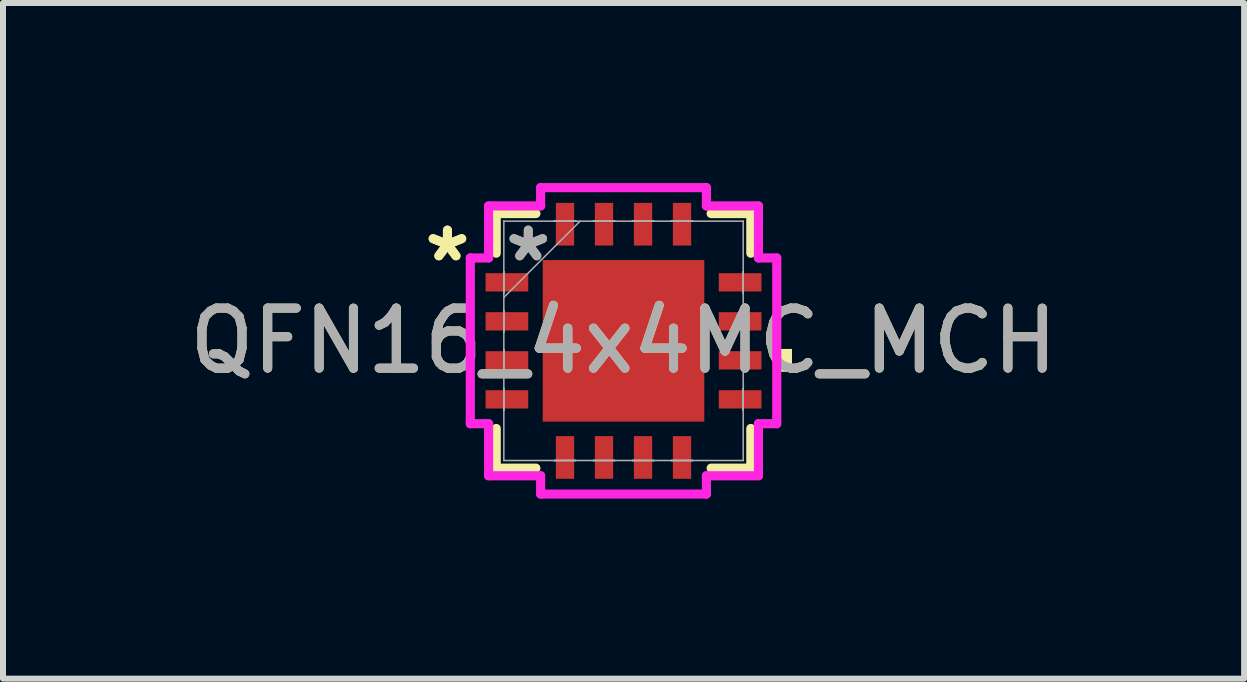
<source format=kicad_pcb>
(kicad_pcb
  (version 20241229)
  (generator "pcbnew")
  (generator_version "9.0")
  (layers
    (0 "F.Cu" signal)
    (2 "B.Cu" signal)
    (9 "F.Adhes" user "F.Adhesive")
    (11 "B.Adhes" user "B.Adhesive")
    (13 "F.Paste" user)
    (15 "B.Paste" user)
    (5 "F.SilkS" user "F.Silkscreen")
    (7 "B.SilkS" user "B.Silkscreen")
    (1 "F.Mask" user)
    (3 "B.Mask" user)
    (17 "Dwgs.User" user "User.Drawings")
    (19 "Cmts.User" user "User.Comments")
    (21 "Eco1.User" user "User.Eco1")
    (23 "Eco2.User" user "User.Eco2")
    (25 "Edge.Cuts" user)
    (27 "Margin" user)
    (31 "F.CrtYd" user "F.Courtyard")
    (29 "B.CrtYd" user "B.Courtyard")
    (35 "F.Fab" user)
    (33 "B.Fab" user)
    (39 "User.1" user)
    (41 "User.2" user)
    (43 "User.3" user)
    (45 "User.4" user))
  (footprint "QFN16_4x4MC_MCH"
    (layer "F.Cu")
    (at 7.339 2.629)
    (property "Reference" "QFN16_4x4MC_MCH" (at 0 0 0) (unlocked yes) (layer "F.SilkS") (effects (font (size 1 1) (thickness 0.15))))
    (attr smd)
    (fp_line (start -2.121 -2.121) (end -2.121 -1.46) (stroke (width 0.152) (type solid)) (layer "F.SilkS"))
    (fp_line (start -2.121 1.46) (end -2.121 2.121) (stroke (width 0.152) (type solid)) (layer "F.SilkS"))
    (fp_line (start -2.121 2.121) (end -1.46 2.121) (stroke (width 0.152) (type solid)) (layer "F.SilkS"))
    (fp_line (start -1.46 -2.121) (end -2.121 -2.121) (stroke (width 0.152) (type solid)) (layer "F.SilkS"))
    (fp_line (start 1.46 2.121) (end 2.121 2.121) (stroke (width 0.152) (type solid)) (layer "F.SilkS"))
    (fp_line (start 2.121 -2.121) (end 1.46 -2.121) (stroke (width 0.152) (type solid)) (layer "F.SilkS"))
    (fp_line (start 2.121 -1.46) (end 2.121 -2.121) (stroke (width 0.152) (type solid)) (layer "F.SilkS"))
    (fp_line (start 2.121 2.121) (end 2.121 1.46) (stroke (width 0.152) (type solid)) (layer "F.SilkS"))
    (fp_poly (pts (xy 2.807 0.135) (xy 2.807 0.516) (xy 2.553 0.516) (xy 2.553 0.135)) (stroke (width 0) (type solid)) (fill yes) (layer "F.SilkS"))
    (fp_poly (pts (xy -1.246 -1.246) (xy -1.246 -0.1) (xy -0.1 -0.1) (xy -0.1 -1.246)) (stroke (width 0) (type solid)) (fill yes) (layer "F.Paste"))
    (fp_poly (pts (xy -1.246 0.1) (xy -1.246 1.246) (xy -0.1 1.246) (xy -0.1 0.1)) (stroke (width 0) (type solid)) (fill yes) (layer "F.Paste"))
    (fp_poly (pts (xy 0.1 -1.246) (xy 0.1 -0.1) (xy 1.246 -0.1) (xy 1.246 -1.246)) (stroke (width 0) (type solid)) (fill yes) (layer "F.Paste"))
    (fp_poly (pts (xy 0.1 0.1) (xy 0.1 1.246) (xy 1.246 1.246) (xy 1.246 0.1)) (stroke (width 0) (type solid)) (fill yes) (layer "F.Paste"))
    (fp_line (start -2.553 -1.381) (end -2.248 -1.381) (stroke (width 0.152) (type solid)) (layer "F.CrtYd"))
    (fp_line (start -2.553 1.381) (end -2.553 -1.381) (stroke (width 0.152) (type solid)) (layer "F.CrtYd"))
    (fp_line (start -2.248 -2.248) (end -1.381 -2.248) (stroke (width 0.152) (type solid)) (layer "F.CrtYd"))
    (fp_line (start -2.248 -1.381) (end -2.248 -2.248) (stroke (width 0.152) (type solid)) (layer "F.CrtYd"))
    (fp_line (start -2.248 1.381) (end -2.553 1.381) (stroke (width 0.152) (type solid)) (layer "F.CrtYd"))
    (fp_line (start -2.248 2.248) (end -2.248 1.381) (stroke (width 0.152) (type solid)) (layer "F.CrtYd"))
    (fp_line (start -1.381 -2.553) (end 1.381 -2.553) (stroke (width 0.152) (type solid)) (layer "F.CrtYd"))
    (fp_line (start -1.381 -2.248) (end -1.381 -2.553) (stroke (width 0.152) (type solid)) (layer "F.CrtYd"))
    (fp_line (start -1.381 2.248) (end -2.248 2.248) (stroke (width 0.152) (type solid)) (layer "F.CrtYd"))
    (fp_line (start -1.381 2.553) (end -1.381 2.248) (stroke (width 0.152) (type solid)) (layer "F.CrtYd"))
    (fp_line (start 1.381 -2.553) (end 1.381 -2.248) (stroke (width 0.152) (type solid)) (layer "F.CrtYd"))
    (fp_line (start 1.381 -2.248) (end 2.248 -2.248) (stroke (width 0.152) (type solid)) (layer "F.CrtYd"))
    (fp_line (start 1.381 2.248) (end 1.381 2.553) (stroke (width 0.152) (type solid)) (layer "F.CrtYd"))
    (fp_line (start 1.381 2.553) (end -1.381 2.553) (stroke (width 0.152) (type solid)) (layer "F.CrtYd"))
    (fp_line (start 2.248 -2.248) (end 2.248 -1.381) (stroke (width 0.152) (type solid)) (layer "F.CrtYd"))
    (fp_line (start 2.248 -1.381) (end 2.553 -1.381) (stroke (width 0.152) (type solid)) (layer "F.CrtYd"))
    (fp_line (start 2.248 1.381) (end 2.248 2.248) (stroke (width 0.152) (type solid)) (layer "F.CrtYd"))
    (fp_line (start 2.248 2.248) (end 1.381 2.248) (stroke (width 0.152) (type solid)) (layer "F.CrtYd"))
    (fp_line (start 2.553 -1.381) (end 2.553 1.381) (stroke (width 0.152) (type solid)) (layer "F.CrtYd"))
    (fp_line (start 2.553 1.381) (end 2.248 1.381) (stroke (width 0.152) (type solid)) (layer "F.CrtYd"))
    (fp_line (start -1.994 -1.994) (end -1.994 -1.994) (stroke (width 0.025) (type solid)) (layer "F.Fab"))
    (fp_line (start -1.994 -1.994) (end -1.994 1.994) (stroke (width 0.025) (type solid)) (layer "F.Fab"))
    (fp_line (start -1.994 -1.153) (end -1.994 -1.153) (stroke (width 0.025) (type solid)) (layer "F.Fab"))
    (fp_line (start -1.994 -1.153) (end -1.994 -0.797) (stroke (width 0.025) (type solid)) (layer "F.Fab"))
    (fp_line (start -1.994 -0.797) (end -1.994 -1.153) (stroke (width 0.025) (type solid)) (layer "F.Fab"))
    (fp_line (start -1.994 -0.797) (end -1.994 -0.797) (stroke (width 0.025) (type solid)) (layer "F.Fab"))
    (fp_line (start -1.994 -0.724) (end -0.724 -1.994) (stroke (width 0.025) (type solid)) (layer "F.Fab"))
    (fp_line (start -1.994 -0.503) (end -1.994 -0.503) (stroke (width 0.025) (type solid)) (layer "F.Fab"))
    (fp_line (start -1.994 -0.503) (end -1.994 -0.147) (stroke (width 0.025) (type solid)) (layer "F.Fab"))
    (fp_line (start -1.994 -0.147) (end -1.994 -0.503) (stroke (width 0.025) (type solid)) (layer "F.Fab"))
    (fp_line (start -1.994 -0.147) (end -1.994 -0.147) (stroke (width 0.025) (type solid)) (layer "F.Fab"))
    (fp_line (start -1.994 0.147) (end -1.994 0.147) (stroke (width 0.025) (type solid)) (layer "F.Fab"))
    (fp_line (start -1.994 0.147) (end -1.994 0.503) (stroke (width 0.025) (type solid)) (layer "F.Fab"))
    (fp_line (start -1.994 0.503) (end -1.994 0.147) (stroke (width 0.025) (type solid)) (layer "F.Fab"))
    (fp_line (start -1.994 0.503) (end -1.994 0.503) (stroke (width 0.025) (type solid)) (layer "F.Fab"))
    (fp_line (start -1.994 0.797) (end -1.994 0.797) (stroke (width 0.025) (type solid)) (layer "F.Fab"))
    (fp_line (start -1.994 0.797) (end -1.994 1.153) (stroke (width 0.025) (type solid)) (layer "F.Fab"))
    (fp_line (start -1.994 1.153) (end -1.994 0.797) (stroke (width 0.025) (type solid)) (layer "F.Fab"))
    (fp_line (start -1.994 1.153) (end -1.994 1.153) (stroke (width 0.025) (type solid)) (layer "F.Fab"))
    (fp_line (start -1.994 1.994) (end -1.994 1.994) (stroke (width 0.025) (type solid)) (layer "F.Fab"))
    (fp_line (start -1.994 1.994) (end 1.994 1.994) (stroke (width 0.025) (type solid)) (layer "F.Fab"))
    (fp_line (start -1.153 -1.994) (end -1.153 -1.994) (stroke (width 0.025) (type solid)) (layer "F.Fab"))
    (fp_line (start -1.153 -1.994) (end -0.797 -1.994) (stroke (width 0.025) (type solid)) (layer "F.Fab"))
    (fp_line (start -1.153 1.994) (end -1.153 1.994) (stroke (width 0.025) (type solid)) (layer "F.Fab"))
    (fp_line (start -1.153 1.994) (end -0.797 1.994) (stroke (width 0.025) (type solid)) (layer "F.Fab"))
    (fp_line (start -0.797 -1.994) (end -1.153 -1.994) (stroke (width 0.025) (type solid)) (layer "F.Fab"))
    (fp_line (start -0.797 -1.994) (end -0.797 -1.994) (stroke (width 0.025) (type solid)) (layer "F.Fab"))
    (fp_line (start -0.797 1.994) (end -1.153 1.994) (stroke (width 0.025) (type solid)) (layer "F.Fab"))
    (fp_line (start -0.797 1.994) (end -0.797 1.994) (stroke (width 0.025) (type solid)) (layer "F.Fab"))
    (fp_line (start -0.503 -1.994) (end -0.503 -1.994) (stroke (width 0.025) (type solid)) (layer "F.Fab"))
    (fp_line (start -0.503 -1.994) (end -0.147 -1.994) (stroke (width 0.025) (type solid)) (layer "F.Fab"))
    (fp_line (start -0.503 1.994) (end -0.503 1.994) (stroke (width 0.025) (type solid)) (layer "F.Fab"))
    (fp_line (start -0.503 1.994) (end -0.147 1.994) (stroke (width 0.025) (type solid)) (layer "F.Fab"))
    (fp_line (start -0.147 -1.994) (end -0.503 -1.994) (stroke (width 0.025) (type solid)) (layer "F.Fab"))
    (fp_line (start -0.147 -1.994) (end -0.147 -1.994) (stroke (width 0.025) (type solid)) (layer "F.Fab"))
    (fp_line (start -0.147 1.994) (end -0.503 1.994) (stroke (width 0.025) (type solid)) (layer "F.Fab"))
    (fp_line (start -0.147 1.994) (end -0.147 1.994) (stroke (width 0.025) (type solid)) (layer "F.Fab"))
    (fp_line (start 0.147 -1.994) (end 0.147 -1.994) (stroke (width 0.025) (type solid)) (layer "F.Fab"))
    (fp_line (start 0.147 -1.994) (end 0.503 -1.994) (stroke (width 0.025) (type solid)) (layer "F.Fab"))
    (fp_line (start 0.147 1.994) (end 0.147 1.994) (stroke (width 0.025) (type solid)) (layer "F.Fab"))
    (fp_line (start 0.147 1.994) (end 0.503 1.994) (stroke (width 0.025) (type solid)) (layer "F.Fab"))
    (fp_line (start 0.503 -1.994) (end 0.147 -1.994) (stroke (width 0.025) (type solid)) (layer "F.Fab"))
    (fp_line (start 0.503 -1.994) (end 0.503 -1.994) (stroke (width 0.025) (type solid)) (layer "F.Fab"))
    (fp_line (start 0.503 1.994) (end 0.147 1.994) (stroke (width 0.025) (type solid)) (layer "F.Fab"))
    (fp_line (start 0.503 1.994) (end 0.503 1.994) (stroke (width 0.025) (type solid)) (layer "F.Fab"))
    (fp_line (start 0.797 -1.994) (end 0.797 -1.994) (stroke (width 0.025) (type solid)) (layer "F.Fab"))
    (fp_line (start 0.797 -1.994) (end 1.153 -1.994) (stroke (width 0.025) (type solid)) (layer "F.Fab"))
    (fp_line (start 0.797 1.994) (end 0.797 1.994) (stroke (width 0.025) (type solid)) (layer "F.Fab"))
    (fp_line (start 0.797 1.994) (end 1.153 1.994) (stroke (width 0.025) (type solid)) (layer "F.Fab"))
    (fp_line (start 1.153 -1.994) (end 0.797 -1.994) (stroke (width 0.025) (type solid)) (layer "F.Fab"))
    (fp_line (start 1.153 -1.994) (end 1.153 -1.994) (stroke (width 0.025) (type solid)) (layer "F.Fab"))
    (fp_line (start 1.153 1.994) (end 0.797 1.994) (stroke (width 0.025) (type solid)) (layer "F.Fab"))
    (fp_line (start 1.153 1.994) (end 1.153 1.994) (stroke (width 0.025) (type solid)) (layer "F.Fab"))
    (fp_line (start 1.994 -1.994) (end -1.994 -1.994) (stroke (width 0.025) (type solid)) (layer "F.Fab"))
    (fp_line (start 1.994 -1.994) (end 1.994 -1.994) (stroke (width 0.025) (type solid)) (layer "F.Fab"))
    (fp_line (start 1.994 -1.153) (end 1.994 -1.153) (stroke (width 0.025) (type solid)) (layer "F.Fab"))
    (fp_line (start 1.994 -1.153) (end 1.994 -0.797) (stroke (width 0.025) (type solid)) (layer "F.Fab"))
    (fp_line (start 1.994 -0.797) (end 1.994 -1.153) (stroke (width 0.025) (type solid)) (layer "F.Fab"))
    (fp_line (start 1.994 -0.797) (end 1.994 -0.797) (stroke (width 0.025) (type solid)) (layer "F.Fab"))
    (fp_line (start 1.994 -0.503) (end 1.994 -0.503) (stroke (width 0.025) (type solid)) (layer "F.Fab"))
    (fp_line (start 1.994 -0.503) (end 1.994 -0.147) (stroke (width 0.025) (type solid)) (layer "F.Fab"))
    (fp_line (start 1.994 -0.147) (end 1.994 -0.503) (stroke (width 0.025) (type solid)) (layer "F.Fab"))
    (fp_line (start 1.994 -0.147) (end 1.994 -0.147) (stroke (width 0.025) (type solid)) (layer "F.Fab"))
    (fp_line (start 1.994 0.147) (end 1.994 0.147) (stroke (width 0.025) (type solid)) (layer "F.Fab"))
    (fp_line (start 1.994 0.147) (end 1.994 0.503) (stroke (width 0.025) (type solid)) (layer "F.Fab"))
    (fp_line (start 1.994 0.503) (end 1.994 0.147) (stroke (width 0.025) (type solid)) (layer "F.Fab"))
    (fp_line (start 1.994 0.503) (end 1.994 0.503) (stroke (width 0.025) (type solid)) (layer "F.Fab"))
    (fp_line (start 1.994 0.797) (end 1.994 0.797) (stroke (width 0.025) (type solid)) (layer "F.Fab"))
    (fp_line (start 1.994 0.797) (end 1.994 1.153) (stroke (width 0.025) (type solid)) (layer "F.Fab"))
    (fp_line (start 1.994 1.153) (end 1.994 0.797) (stroke (width 0.025) (type solid)) (layer "F.Fab"))
    (fp_line (start 1.994 1.153) (end 1.994 1.153) (stroke (width 0.025) (type solid)) (layer "F.Fab"))
    (fp_line (start 1.994 1.994) (end 1.994 -1.994) (stroke (width 0.025) (type solid)) (layer "F.Fab"))
    (fp_line (start 1.994 1.994) (end 1.994 1.994) (stroke (width 0.025) (type solid)) (layer "F.Fab"))
    (fp_text user "*" (at -2.934 -1.3 0) (layer "F.SilkS") (effects (font (size 1 1) (thickness 0.15))))
    (fp_text user "*" (at -2.934 -1.3 0) (unlocked yes) (layer "F.SilkS") (effects (font (size 1 1) (thickness 0.15))))
    (fp_text user "*" (at -1.587 -1.3 0) (layer "F.Fab") (effects (font (size 1 1) (thickness 0.15))))
    (fp_text user "${REFERENCE}" (at 0 0 0) (unlocked yes) (layer "F.Fab") (effects (font (size 1 1) (thickness 0.15))))
    (fp_text user "*" (at -1.587 -1.3 0) (unlocked yes) (layer "F.Fab") (effects (font (size 1 1) (thickness 0.15))))
    (pad "1" smd rect (at -1.943 -0.975 90) (size 0.305 0.711) (layers "F.Cu" "F.Mask" "F.Paste"))
    (pad "2" smd rect (at -1.943 -0.325 90) (size 0.305 0.711) (layers "F.Cu" "F.Mask" "F.Paste"))
    (pad "3" smd rect (at -1.943 0.325 90) (size 0.305 0.711) (layers "F.Cu" "F.Mask" "F.Paste"))
    (pad "4" smd rect (at -1.943 0.975 90) (size 0.305 0.711) (layers "F.Cu" "F.Mask" "F.Paste"))
    (pad "5" smd rect (at -0.975 1.943) (size 0.305 0.711) (layers "F.Cu" "F.Mask" "F.Paste"))
    (pad "6" smd rect (at -0.325 1.943) (size 0.305 0.711) (layers "F.Cu" "F.Mask" "F.Paste"))
    (pad "7" smd rect (at 0.325 1.943) (size 0.305 0.711) (layers "F.Cu" "F.Mask" "F.Paste"))
    (pad "8" smd rect (at 0.975 1.943) (size 0.305 0.711) (layers "F.Cu" "F.Mask" "F.Paste"))
    (pad "9" smd rect (at 1.943 0.975 90) (size 0.305 0.711) (layers "F.Cu" "F.Mask" "F.Paste"))
    (pad "10" smd rect (at 1.943 0.325 90) (size 0.305 0.711) (layers "F.Cu" "F.Mask" "F.Paste"))
    (pad "11" smd rect (at 1.943 -0.325 90) (size 0.305 0.711) (layers "F.Cu" "F.Mask" "F.Paste"))
    (pad "12" smd rect (at 1.943 -0.975 90) (size 0.305 0.711) (layers "F.Cu" "F.Mask" "F.Paste"))
    (pad "13" smd rect (at 0.975 -1.943) (size 0.305 0.711) (layers "F.Cu" "F.Mask" "F.Paste"))
    (pad "14" smd rect (at 0.325 -1.943) (size 0.305 0.711) (layers "F.Cu" "F.Mask" "F.Paste"))
    (pad "15" smd rect (at -0.325 -1.943) (size 0.305 0.711) (layers "F.Cu" "F.Mask" "F.Paste"))
    (pad "16" smd rect (at -0.975 -1.943) (size 0.305 0.711) (layers "F.Cu" "F.Mask" "F.Paste"))
    (pad "17" smd rect (at 0 0) (size 2.692 2.692) (layers "F.Cu" "F.Mask")))
  (gr_rect
    (start -3 -3)
    (end 17.679 8.258)
    (stroke (width 0.1) (type default))
    (fill no)
    (layer "Edge.Cuts")))
</source>
